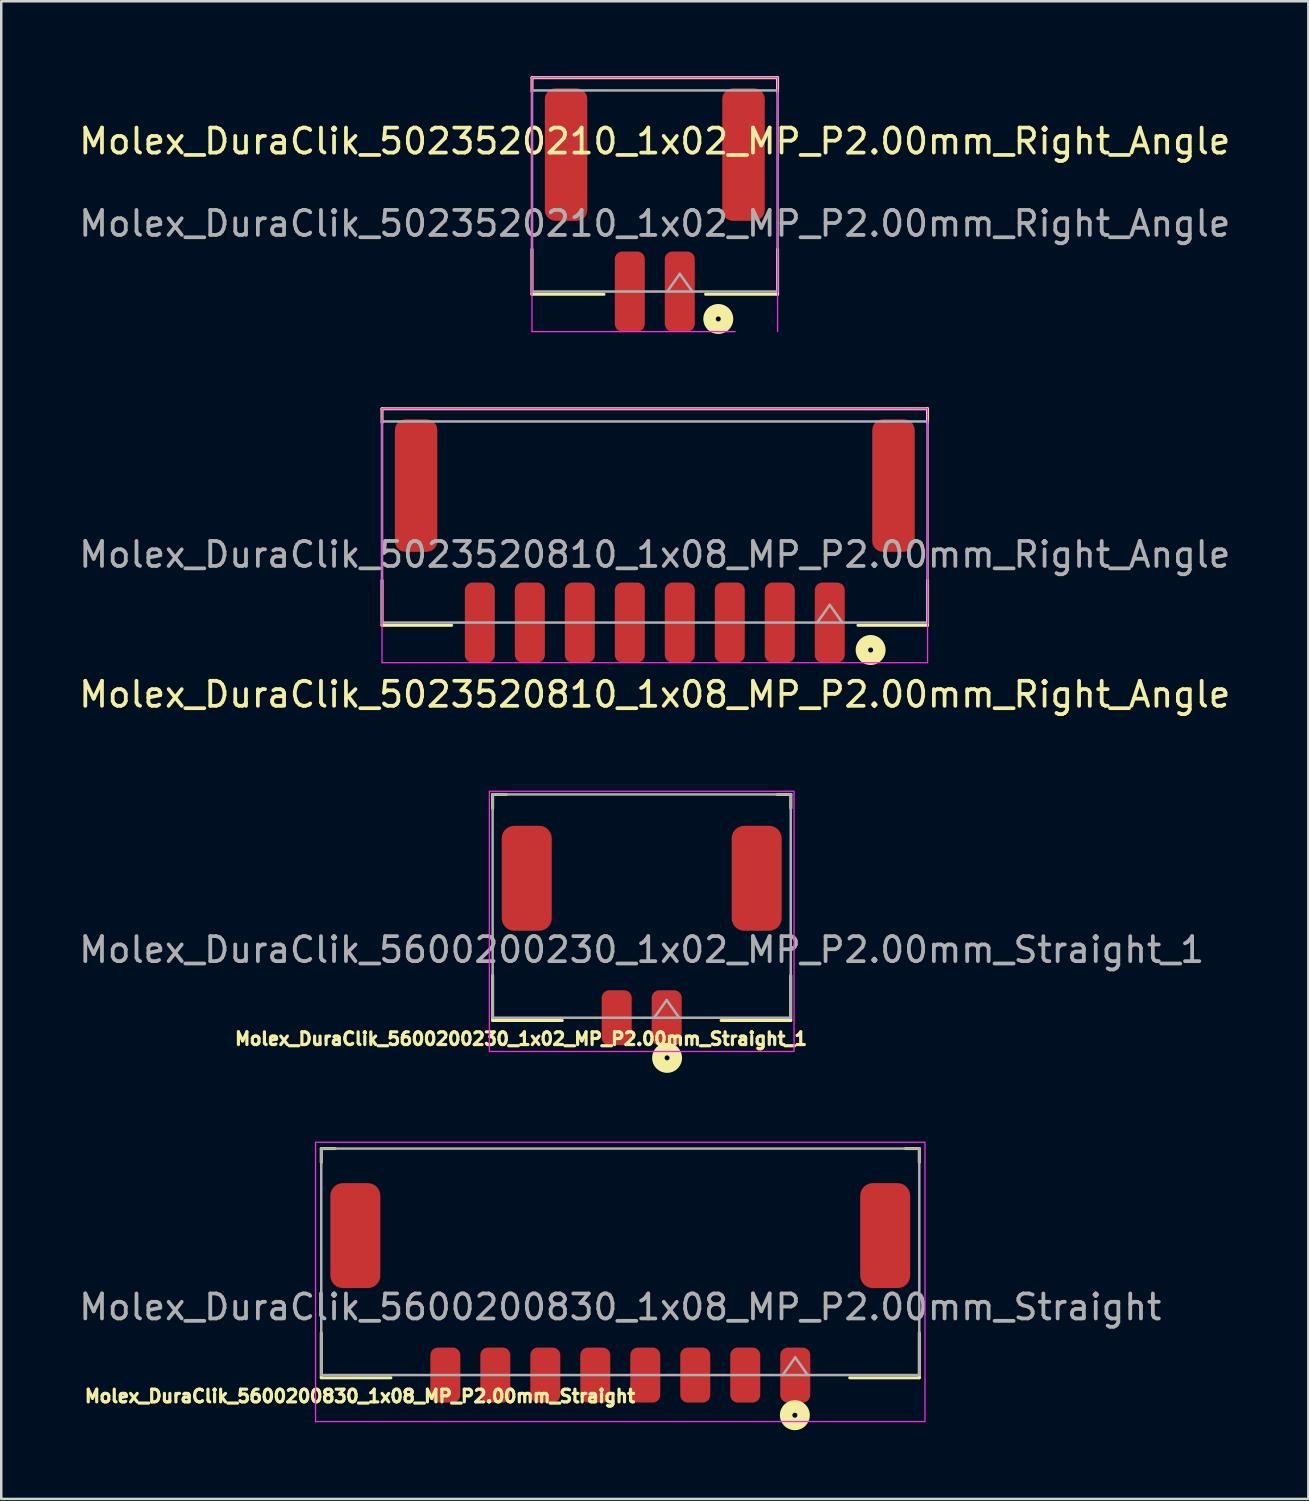
<source format=kicad_pcb>
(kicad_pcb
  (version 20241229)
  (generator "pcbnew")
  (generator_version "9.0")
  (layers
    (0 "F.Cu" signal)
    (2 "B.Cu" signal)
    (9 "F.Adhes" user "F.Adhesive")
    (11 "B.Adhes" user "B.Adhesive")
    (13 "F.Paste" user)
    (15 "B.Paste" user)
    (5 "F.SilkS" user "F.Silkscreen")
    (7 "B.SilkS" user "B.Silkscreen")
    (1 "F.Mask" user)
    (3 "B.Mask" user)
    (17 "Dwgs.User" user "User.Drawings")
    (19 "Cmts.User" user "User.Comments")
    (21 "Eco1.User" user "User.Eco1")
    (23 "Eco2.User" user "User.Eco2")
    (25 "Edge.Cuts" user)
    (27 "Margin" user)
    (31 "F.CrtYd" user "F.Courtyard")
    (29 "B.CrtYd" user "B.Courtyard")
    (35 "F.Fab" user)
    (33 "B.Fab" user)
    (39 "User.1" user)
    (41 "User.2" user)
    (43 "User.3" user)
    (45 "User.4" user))
  (footprint "Molex_DuraClik_5600200830_1x08_MP_P2.00mm_Straight"
    (layer "F.Cu")
    (at 21.768 48.748)
    (property "Reference" "Molex_DuraClik_5600200830_1x08_MP_P2.00mm_Straight" (at -10.414 4.064 0) (unlocked yes) (layer "F.SilkS") (effects (font (size 0.508 0.508) (thickness 0.127))))
    (attr smd)
    (fp_line (start -11.964 -5.292) (end -11.964 -5.842) (stroke (width 0.12) (type solid)) (layer "F.SilkS"))
    (fp_line (start -11.964 1.53) (end -11.964 3.33) (stroke (width 0.12) (type solid)) (layer "F.SilkS"))
    (fp_line (start -11.964 3.33) (end -9.178 3.33) (stroke (width 0.12) (type solid)) (layer "F.SilkS"))
    (fp_line (start -11.414 -5.842) (end -11.964 -5.842) (stroke (width 0.12) (type solid)) (layer "F.SilkS"))
    (fp_line (start 11.414 -5.842) (end 11.964 -5.842) (stroke (width 0.12) (type solid)) (layer "F.SilkS"))
    (fp_line (start 11.964 -5.842) (end 11.964 -5.292) (stroke (width 0.12) (type solid)) (layer "F.SilkS"))
    (fp_line (start 11.964 1.53) (end 11.964 3.33) (stroke (width 0.12) (type solid)) (layer "F.SilkS"))
    (fp_line (start 11.964 3.33) (end 9.178 3.33) (stroke (width 0.12) (type solid)) (layer "F.SilkS"))
    (fp_circle (center 6.985 4.826) (end 7.085 4.826) (stroke (width 0.5) (type default)) (fill no) (layer "F.SilkS"))
    (fp_rect (start -12.192 -6.096) (end 12.192 5.08) (stroke (width 0.051) (type default)) (fill no) (layer "F.CrtYd"))
    (fp_line (start -11.964 -5.842) (end 11.964 -5.842) (stroke (width 0.1) (type solid)) (layer "F.Fab"))
    (fp_line (start -11.964 3.22) (end -11.964 -5.842) (stroke (width 0.1) (type solid)) (layer "F.Fab"))
    (fp_line (start -11.964 3.22) (end 11.964 3.22) (stroke (width 0.1) (type solid)) (layer "F.Fab"))
    (fp_line (start 6.5 3.22) (end 7 2.513) (stroke (width 0.1) (type solid)) (layer "F.Fab"))
    (fp_line (start 7 2.513) (end 7.5 3.22) (stroke (width 0.1) (type solid)) (layer "F.Fab"))
    (fp_line (start 11.964 3.22) (end 11.964 -5.842) (stroke (width 0.1) (type solid)) (layer "F.Fab"))
    (fp_text user "${REFERENCE}" (at 0 0.5 0) (layer "F.Fab") (effects (font (size 1 1) (thickness 0.15))))
    (pad "1" smd roundrect (at 7 3.22) (size 1.2 2.2) (layers "F.Cu" "F.Mask" "F.Paste") (roundrect_rratio 0.25))
    (pad "2" smd roundrect (at 5 3.22) (size 1.2 2.2) (layers "F.Cu" "F.Mask" "F.Paste") (roundrect_rratio 0.25))
    (pad "3" smd roundrect (at 3 3.22) (size 1.2 2.2) (layers "F.Cu" "F.Mask" "F.Paste") (roundrect_rratio 0.25))
    (pad "4" smd roundrect (at 1 3.22) (size 1.2 2.2) (layers "F.Cu" "F.Mask" "F.Paste") (roundrect_rratio 0.25))
    (pad "5" smd roundrect (at -1 3.22) (size 1.2 2.2) (layers "F.Cu" "F.Mask" "F.Paste") (roundrect_rratio 0.25))
    (pad "6" smd roundrect (at -3 3.22) (size 1.2 2.2) (layers "F.Cu" "F.Mask" "F.Paste") (roundrect_rratio 0.25))
    (pad "7" smd roundrect (at -5 3.22) (size 1.2 2.2) (layers "F.Cu" "F.Mask" "F.Paste") (roundrect_rratio 0.25))
    (pad "8" smd roundrect (at -7 3.22) (size 1.2 2.2) (layers "F.Cu" "F.Mask" "F.Paste") (roundrect_rratio 0.25))
    (pad "MP" smd roundrect (at -10.6 -2.36) (size 2 4.2) (layers "F.Cu" "F.Mask" "F.Paste") (roundrect_rratio 0.25))
    (pad "MP" smd roundrect (at 10.6 -2.36) (size 2 4.2) (layers "F.Cu" "F.Mask" "F.Paste") (roundrect_rratio 0.25)))
  (footprint "Molex_DuraClik_5023520210_1x02_MP_P2.00mm_Right_Angle"
    (layer "F.Cu")
    (at 23.149 6.664)
    (property "Reference" "Molex_DuraClik_5023520210_1x02_MP_P2.00mm_Right_Angle" (at 0 -4.064 0) (layer "F.SilkS") (effects (font (size 1 1) (thickness 0.15))))
    (attr smd)
    (fp_line (start -4.914 -6.604) (end 4.914 -6.604) (stroke (width 0.12) (type solid)) (layer "F.SilkS"))
    (fp_line (start -4.914 -6.054) (end -4.914 -6.604) (stroke (width 0.12) (type solid)) (layer "F.SilkS"))
    (fp_line (start -4.914 0.26) (end -4.914 2.06) (stroke (width 0.12) (type solid)) (layer "F.SilkS"))
    (fp_line (start -2.032 2.06) (end -4.914 2.06) (stroke (width 0.12) (type solid)) (layer "F.SilkS"))
    (fp_line (start 4.914 -6.604) (end 4.914 -6.054) (stroke (width 0.12) (type solid)) (layer "F.SilkS"))
    (fp_line (start 4.914 0.26) (end 4.914 2.06) (stroke (width 0.12) (type solid)) (layer "F.SilkS"))
    (fp_line (start 4.914 2.06) (end 2.032 2.06) (stroke (width 0.12) (type solid)) (layer "F.SilkS"))
    (fp_circle (center 2.54 3.048) (end 2.64 3.048) (stroke (width 0.5) (type default)) (fill no) (layer "F.SilkS"))
    (fp_line (start -4.914 -6.604) (end -4.914 3.556) (stroke (width 0.05) (type solid)) (layer "F.CrtYd"))
    (fp_line (start -4.914 3.556) (end 3.214 3.556) (stroke (width 0.05) (type solid)) (layer "F.CrtYd"))
    (fp_line (start 4.914 -6.604) (end -4.914 -6.604) (stroke (width 0.05) (type solid)) (layer "F.CrtYd"))
    (fp_line (start 4.914 3.556) (end 4.914 -6.604) (stroke (width 0.05) (type solid)) (layer "F.CrtYd"))
    (fp_line (start -4.914 -6.096) (end 4.914 -6.096) (stroke (width 0.1) (type solid)) (layer "F.Fab"))
    (fp_line (start -4.914 1.95) (end -4.914 -6.096) (stroke (width 0.1) (type solid)) (layer "F.Fab"))
    (fp_line (start -4.914 1.95) (end 4.914 1.95) (stroke (width 0.1) (type solid)) (layer "F.Fab"))
    (fp_line (start 0.5 1.95) (end 1 1.243) (stroke (width 0.1) (type solid)) (layer "F.Fab"))
    (fp_line (start 1 1.243) (end 1.5 1.95) (stroke (width 0.1) (type solid)) (layer "F.Fab"))
    (fp_line (start 4.914 1.95) (end 4.914 -6.096) (stroke (width 0.1) (type solid)) (layer "F.Fab"))
    (fp_text user "${REFERENCE}" (at 0 -0.77 0) (layer "F.Fab") (effects (font (size 1 1) (thickness 0.15))))
    (pad "1" smd roundrect (at 1 1.95) (size 1.2 3.2) (layers "F.Cu" "F.Mask" "F.Paste") (roundrect_rratio 0.25))
    (pad "2" smd roundrect (at -1 1.95) (size 1.2 3.2) (layers "F.Cu" "F.Mask" "F.Paste") (roundrect_rratio 0.25))
    (pad "MP" smd roundrect (at -3.55 -3.53) (size 1.7 5.3) (layers "F.Cu" "F.Mask" "F.Paste") (roundrect_rratio 0.25))
    (pad "MP" smd roundrect (at 3.55 -3.53) (size 1.7 5.3) (layers "F.Cu" "F.Mask" "F.Paste") (roundrect_rratio 0.25)))
  (footprint "Molex_DuraClik_5600200230_1x02_MP_P2.00mm_Straight_1"
    (layer "F.Cu")
    (at 22.625 34.705)
    (property "Reference" "Molex_DuraClik_5600200230_1x02_MP_P2.00mm_Straight_1" (at -4.826 3.81 0) (unlocked yes) (layer "F.SilkS") (effects (font (size 0.508 0.508) (thickness 0.127))))
    (attr smd)
    (fp_line (start -5.964 -5.969) (end -5.964 -5.419) (stroke (width 0.12) (type solid)) (layer "F.SilkS"))
    (fp_line (start -5.964 -5.969) (end -5.414 -5.969) (stroke (width 0.12) (type solid)) (layer "F.SilkS"))
    (fp_line (start -5.964 1.276) (end -5.964 3.076) (stroke (width 0.12) (type solid)) (layer "F.SilkS"))
    (fp_line (start -5.964 3.076) (end -3.178 3.076) (stroke (width 0.12) (type solid)) (layer "F.SilkS"))
    (fp_line (start 5.964 1.276) (end 5.964 3.076) (stroke (width 0.12) (type solid)) (layer "F.SilkS"))
    (fp_line (start 5.964 3.076) (end 3.178 3.076) (stroke (width 0.12) (type solid)) (layer "F.SilkS"))
    (fp_line (start 5.969 -5.969) (end 5.419 -5.969) (stroke (width 0.12) (type solid)) (layer "F.SilkS"))
    (fp_line (start 5.969 -5.969) (end 5.969 -5.419) (stroke (width 0.12) (type solid)) (layer "F.SilkS"))
    (fp_circle (center 1.016 4.572) (end 1.116 4.572) (stroke (width 0.5) (type default)) (fill no) (layer "F.SilkS"))
    (fp_rect (start -6.096 -6.096) (end 6.096 4.318) (stroke (width 0.051) (type default)) (fill no) (layer "F.CrtYd"))
    (fp_line (start -5.964 -5.969) (end 5.964 -5.969) (stroke (width 0.1) (type solid)) (layer "F.Fab"))
    (fp_line (start -5.964 2.966) (end -5.964 -5.969) (stroke (width 0.1) (type solid)) (layer "F.Fab"))
    (fp_line (start -5.964 2.966) (end 5.964 2.966) (stroke (width 0.1) (type solid)) (layer "F.Fab"))
    (fp_line (start 0.5 2.966) (end 1 2.259) (stroke (width 0.1) (type solid)) (layer "F.Fab"))
    (fp_line (start 1 2.259) (end 1.5 2.966) (stroke (width 0.1) (type solid)) (layer "F.Fab"))
    (fp_line (start 5.964 2.966) (end 5.964 -5.969) (stroke (width 0.1) (type solid)) (layer "F.Fab"))
    (fp_text user "${REFERENCE}" (at 0 0.246 0) (layer "F.Fab") (effects (font (size 1 1) (thickness 0.15))))
    (pad "1" smd roundrect (at 1 2.966) (size 1.2 2.2) (layers "F.Cu" "F.Mask" "F.Paste") (roundrect_rratio 0.25))
    (pad "2" smd roundrect (at -1 2.966) (size 1.2 2.2) (layers "F.Cu" "F.Mask" "F.Paste") (roundrect_rratio 0.25))
    (pad "MP" smd roundrect (at -4.6 -2.614) (size 2 4.2) (layers "F.Cu" "F.Mask" "F.Paste") (roundrect_rratio 0.25))
    (pad "MP" smd roundrect (at 4.6 -2.614) (size 2 4.2) (layers "F.Cu" "F.Mask" "F.Paste") (roundrect_rratio 0.25)))
  (footprint "Molex_DuraClik_5023520810_1x08_MP_P2.00mm_Right_Angle"
    (layer "F.Cu")
    (at 23.149 19.909)
    (property "Reference" "Molex_DuraClik_5023520810_1x08_MP_P2.00mm_Right_Angle" (at 0 4.826 0) (unlocked yes) (layer "F.SilkS") (effects (font (size 1 1) (thickness 0.15))))
    (attr smd)
    (fp_line (start -10.914 -6.604) (end 10.914 -6.604) (stroke (width 0.12) (type solid)) (layer "F.SilkS"))
    (fp_line (start -10.914 -6.054) (end -10.914 -6.604) (stroke (width 0.12) (type solid)) (layer "F.SilkS"))
    (fp_line (start -10.914 0.26) (end -10.914 2.06) (stroke (width 0.12) (type solid)) (layer "F.SilkS"))
    (fp_line (start -10.914 2.06) (end -8.128 2.06) (stroke (width 0.12) (type solid)) (layer "F.SilkS"))
    (fp_line (start 10.914 -6.604) (end 10.914 -6.054) (stroke (width 0.12) (type solid)) (layer "F.SilkS"))
    (fp_line (start 10.914 0.26) (end 10.914 2.06) (stroke (width 0.12) (type solid)) (layer "F.SilkS"))
    (fp_line (start 10.914 2.06) (end 8.128 2.06) (stroke (width 0.12) (type solid)) (layer "F.SilkS"))
    (fp_circle (center 8.636 3.048) (end 8.736 3.048) (stroke (width 0.5) (type default)) (fill no) (layer "F.SilkS"))
    (fp_line (start -10.914 -6.604) (end -10.914 3.556) (stroke (width 0.05) (type solid)) (layer "F.CrtYd"))
    (fp_line (start -10.914 3.556) (end 10.914 3.556) (stroke (width 0.05) (type solid)) (layer "F.CrtYd"))
    (fp_line (start 10.914 -6.604) (end -10.914 -6.604) (stroke (width 0.05) (type solid)) (layer "F.CrtYd"))
    (fp_line (start 10.914 3.556) (end 10.914 -6.604) (stroke (width 0.05) (type solid)) (layer "F.CrtYd"))
    (fp_line (start -10.914 -6.096) (end 10.914 -6.096) (stroke (width 0.1) (type solid)) (layer "F.Fab"))
    (fp_line (start -10.914 1.95) (end -10.914 -6.096) (stroke (width 0.1) (type solid)) (layer "F.Fab"))
    (fp_line (start -10.914 1.95) (end 10.914 1.95) (stroke (width 0.1) (type solid)) (layer "F.Fab"))
    (fp_line (start 6.5 1.95) (end 7 1.243) (stroke (width 0.1) (type solid)) (layer "F.Fab"))
    (fp_line (start 7 1.243) (end 7.5 1.95) (stroke (width 0.1) (type solid)) (layer "F.Fab"))
    (fp_line (start 10.914 1.95) (end 10.914 -6.096) (stroke (width 0.1) (type solid)) (layer "F.Fab"))
    (fp_text user "${REFERENCE}" (at 0 -0.77 0) (layer "F.Fab") (effects (font (size 1 1) (thickness 0.15))))
    (pad "1" smd roundrect (at 7 1.95) (size 1.2 3.2) (layers "F.Cu" "F.Mask" "F.Paste") (roundrect_rratio 0.25))
    (pad "2" smd roundrect (at 5 1.95) (size 1.2 3.2) (layers "F.Cu" "F.Mask" "F.Paste") (roundrect_rratio 0.25))
    (pad "3" smd roundrect (at 3 1.95) (size 1.2 3.2) (layers "F.Cu" "F.Mask" "F.Paste") (roundrect_rratio 0.25))
    (pad "4" smd roundrect (at 1 1.95) (size 1.2 3.2) (layers "F.Cu" "F.Mask" "F.Paste") (roundrect_rratio 0.25))
    (pad "5" smd roundrect (at -1 1.95) (size 1.2 3.2) (layers "F.Cu" "F.Mask" "F.Paste") (roundrect_rratio 0.25))
    (pad "6" smd roundrect (at -3 1.95) (size 1.2 3.2) (layers "F.Cu" "F.Mask" "F.Paste") (roundrect_rratio 0.25))
    (pad "7" smd roundrect (at -5 1.95) (size 1.2 3.2) (layers "F.Cu" "F.Mask" "F.Paste") (roundrect_rratio 0.25))
    (pad "8" smd roundrect (at -7 1.95) (size 1.2 3.2) (layers "F.Cu" "F.Mask" "F.Paste") (roundrect_rratio 0.25))
    (pad "MP" smd roundrect (at -9.55 -3.53) (size 1.7 5.3) (layers "F.Cu" "F.Mask" "F.Paste") (roundrect_rratio 0.25))
    (pad "MP" smd roundrect (at 9.55 -3.53) (size 1.7 5.3) (layers "F.Cu" "F.Mask" "F.Paste") (roundrect_rratio 0.25)))
  (gr_rect
    (start -3 -3)
    (end 49.298 56.924)
    (stroke (width 0.1) (type default))
    (fill no)
    (layer "Edge.Cuts")))
</source>
